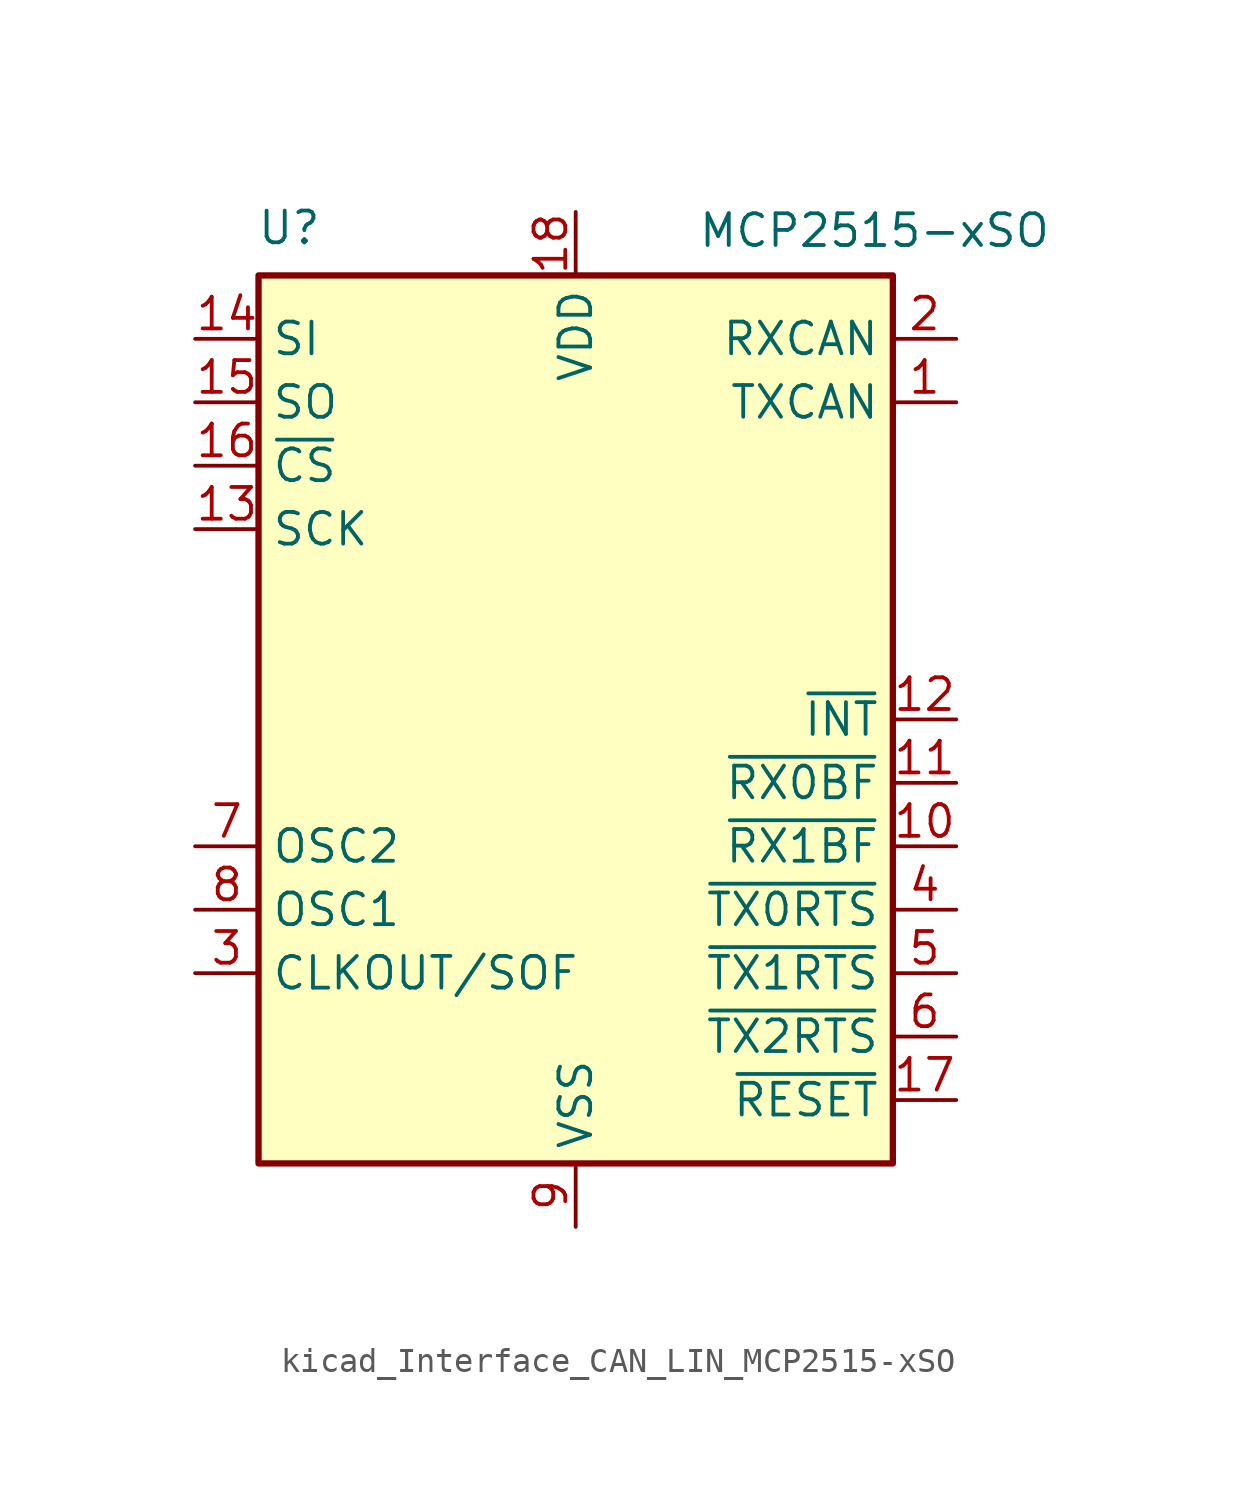
<source format=kicad_sym>
(kicad_symbol_lib
  (version 20220914)
  (generator kicad_symbol_editor)
  (symbol "kicad_Interface_CAN_LIN_MCP2515-xSO"
    (property "Reference" "U"
      (at -10.16 19.685 0)
      (effects (font (size 1.27 1.27)) (justify right)))
    (property "Value" "MCP2515-xSO"
      (at 19.05 20.32 0)
      (effects (font (size 1.27 1.27)) (justify right top)))
    (symbol "kicad_Interface_CAN_LIN_MCP2515-xSO_0_1"
      (rectangle (start -12.7 17.78) (end 12.7 -17.78) (stroke (width 0.254) (type default)) (fill (type background))))
    (symbol "kicad_Interface_CAN_LIN_MCP2515-xSO_1_1"
      (pin output line (at 15.24 12.7 180) (length 2.54) (name "TXCAN" (effects (font (size 1.27 1.27)))) (number "1" (effects (font (size 1.27 1.27)))))
      (pin output line (at 15.24 -5.08 180) (length 2.54) (name "~{RX1BF}" (effects (font (size 1.27 1.27)))) (number "10" (effects (font (size 1.27 1.27)))))
      (pin output line (at 15.24 -2.54 180) (length 2.54) (name "~{RX0BF}" (effects (font (size 1.27 1.27)))) (number "11" (effects (font (size 1.27 1.27)))))
      (pin output line (at 15.24 0 180) (length 2.54) (name "~{INT}" (effects (font (size 1.27 1.27)))) (number "12" (effects (font (size 1.27 1.27)))))
      (pin input line (at -15.24 7.62 0) (length 2.54) (name "SCK" (effects (font (size 1.27 1.27)))) (number "13" (effects (font (size 1.27 1.27)))))
      (pin input line (at -15.24 15.24 0) (length 2.54) (name "SI" (effects (font (size 1.27 1.27)))) (number "14" (effects (font (size 1.27 1.27)))))
      (pin output line (at -15.24 12.7 0) (length 2.54) (name "SO" (effects (font (size 1.27 1.27)))) (number "15" (effects (font (size 1.27 1.27)))))
      (pin input line (at -15.24 10.16 0) (length 2.54) (name "~{CS}" (effects (font (size 1.27 1.27)))) (number "16" (effects (font (size 1.27 1.27)))))
      (pin input line (at 15.24 -15.24 180) (length 2.54) (name "~{RESET}" (effects (font (size 1.27 1.27)))) (number "17" (effects (font (size 1.27 1.27)))))
      (pin power_in line (at 0 20.32 270) (length 2.54) (name "VDD" (effects (font (size 1.27 1.27)))) (number "18" (effects (font (size 1.27 1.27)))))
      (pin input line (at 15.24 15.24 180) (length 2.54) (name "RXCAN" (effects (font (size 1.27 1.27)))) (number "2" (effects (font (size 1.27 1.27)))))
      (pin output line (at -15.24 -10.16 0) (length 2.54) (name "CLKOUT/SOF" (effects (font (size 1.27 1.27)))) (number "3" (effects (font (size 1.27 1.27)))))
      (pin input line (at 15.24 -7.62 180) (length 2.54) (name "~{TX0RTS}" (effects (font (size 1.27 1.27)))) (number "4" (effects (font (size 1.27 1.27)))))
      (pin input line (at 15.24 -10.16 180) (length 2.54) (name "~{TX1RTS}" (effects (font (size 1.27 1.27)))) (number "5" (effects (font (size 1.27 1.27)))))
      (pin input line (at 15.24 -12.7 180) (length 2.54) (name "~{TX2RTS}" (effects (font (size 1.27 1.27)))) (number "6" (effects (font (size 1.27 1.27)))))
      (pin output line (at -15.24 -5.08 0) (length 2.54) (name "OSC2" (effects (font (size 1.27 1.27)))) (number "7" (effects (font (size 1.27 1.27)))))
      (pin input line (at -15.24 -7.62 0) (length 2.54) (name "OSC1" (effects (font (size 1.27 1.27)))) (number "8" (effects (font (size 1.27 1.27)))))
      (pin power_in line (at 0 -20.32 90) (length 2.54) (name "VSS" (effects (font (size 1.27 1.27)))) (number "9" (effects (font (size 1.27 1.27))))))))
</source>
